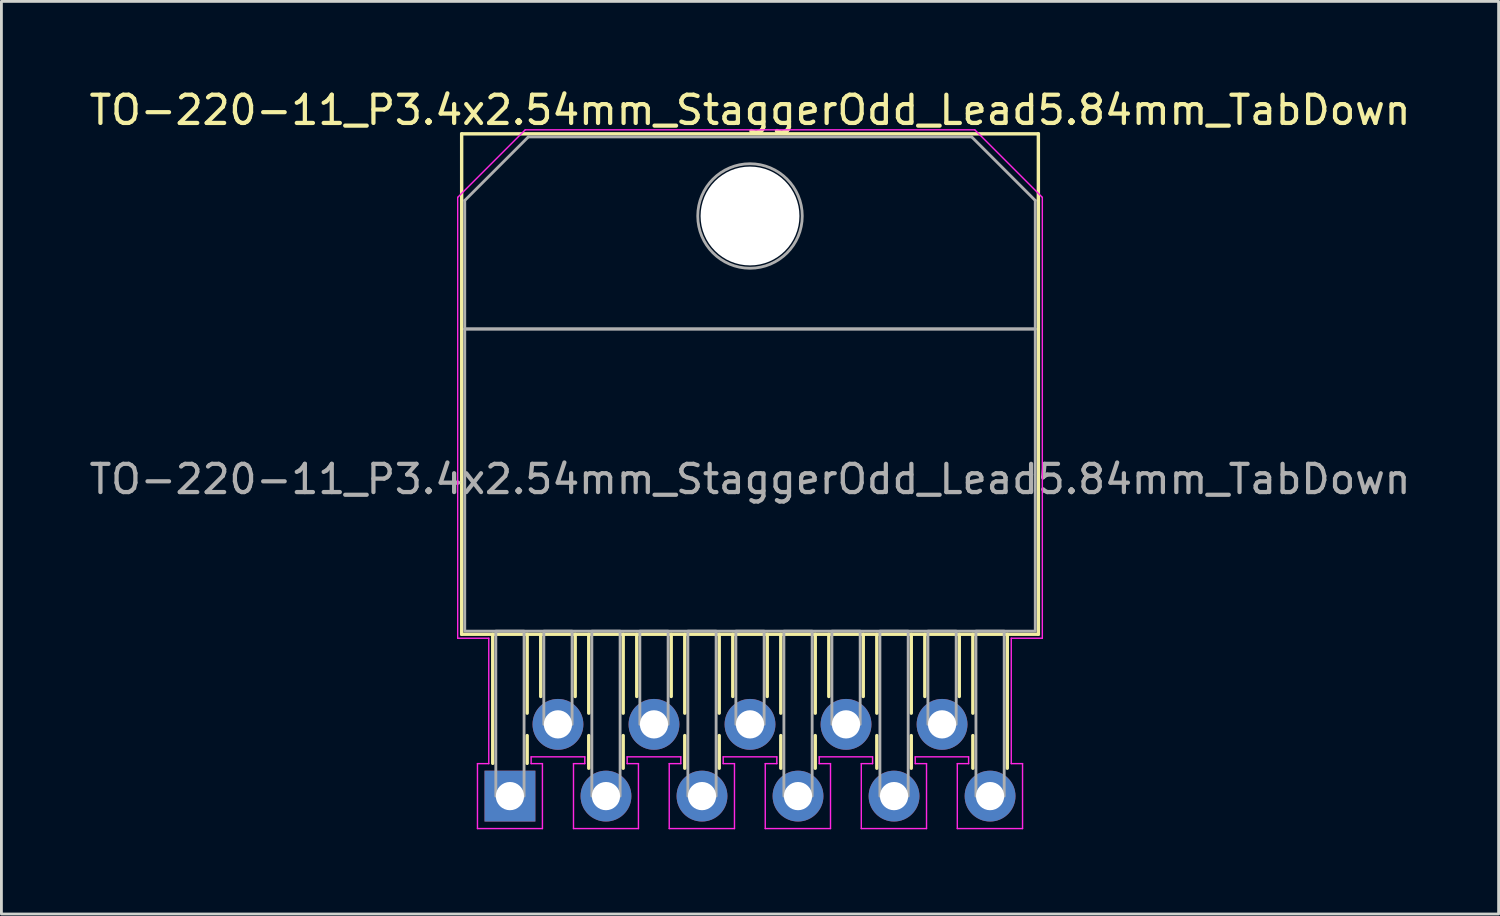
<source format=kicad_pcb>
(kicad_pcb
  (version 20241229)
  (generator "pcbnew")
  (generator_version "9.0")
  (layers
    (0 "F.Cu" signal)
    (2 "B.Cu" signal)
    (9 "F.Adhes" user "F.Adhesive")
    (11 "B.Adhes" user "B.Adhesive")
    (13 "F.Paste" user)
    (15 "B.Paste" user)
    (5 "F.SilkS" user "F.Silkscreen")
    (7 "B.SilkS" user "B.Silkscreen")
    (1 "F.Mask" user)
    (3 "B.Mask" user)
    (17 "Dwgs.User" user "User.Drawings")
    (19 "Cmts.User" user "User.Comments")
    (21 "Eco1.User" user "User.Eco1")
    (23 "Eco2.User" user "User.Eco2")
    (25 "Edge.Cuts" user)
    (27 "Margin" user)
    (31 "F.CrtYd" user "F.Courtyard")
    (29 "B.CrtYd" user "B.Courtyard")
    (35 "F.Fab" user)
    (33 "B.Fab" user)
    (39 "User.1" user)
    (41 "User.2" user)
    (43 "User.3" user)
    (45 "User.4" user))
  (footprint "TO-220-11_P3.4x2.54mm_StaggerOdd_Lead5.84mm_TabDown"
    (layer "F.Cu")
    (at 15.006 25.138)
    (property "Reference" "TO-220-11_P3.4x2.54mm_StaggerOdd_Lead5.84mm_TabDown" (at 8.5 -24.29 0) (layer "F.SilkS") (effects (font (size 1 1) (thickness 0.15))))
    (attr through_hole)
    (fp_line (start -1.71 -23.45) (end 18.71 -23.45) (stroke (width 0.12) (type solid)) (layer "F.SilkS"))
    (fp_line (start -1.71 -5.73) (end -1.71 -23.45) (stroke (width 0.12) (type solid)) (layer "F.SilkS"))
    (fp_line (start -1.71 -5.73) (end 18.71 -5.73) (stroke (width 0.12) (type solid)) (layer "F.SilkS"))
    (fp_line (start -0.61 -5.73) (end -0.61 -1.16) (stroke (width 0.12) (type solid)) (layer "F.SilkS"))
    (fp_line (start 0.61 -5.73) (end 0.61 -2.937) (stroke (width 0.12) (type solid)) (layer "F.SilkS"))
    (fp_line (start 0.61 -2.143) (end 0.61 -1.16) (stroke (width 0.12) (type solid)) (layer "F.SilkS"))
    (fp_line (start 1.09 -5.73) (end 1.09 -3.527) (stroke (width 0.12) (type solid)) (layer "F.SilkS"))
    (fp_line (start 2.31 -5.73) (end 2.31 -3.527) (stroke (width 0.12) (type solid)) (layer "F.SilkS"))
    (fp_line (start 2.79 -5.73) (end 2.79 -2.937) (stroke (width 0.12) (type solid)) (layer "F.SilkS"))
    (fp_line (start 2.79 -2.143) (end 2.79 -0.987) (stroke (width 0.12) (type solid)) (layer "F.SilkS"))
    (fp_line (start 4.01 -5.73) (end 4.01 -2.937) (stroke (width 0.12) (type solid)) (layer "F.SilkS"))
    (fp_line (start 4.01 -2.143) (end 4.01 -0.987) (stroke (width 0.12) (type solid)) (layer "F.SilkS"))
    (fp_line (start 4.49 -5.73) (end 4.49 -3.527) (stroke (width 0.12) (type solid)) (layer "F.SilkS"))
    (fp_line (start 5.71 -5.73) (end 5.71 -3.527) (stroke (width 0.12) (type solid)) (layer "F.SilkS"))
    (fp_line (start 6.19 -5.73) (end 6.19 -2.937) (stroke (width 0.12) (type solid)) (layer "F.SilkS"))
    (fp_line (start 6.19 -2.143) (end 6.19 -0.987) (stroke (width 0.12) (type solid)) (layer "F.SilkS"))
    (fp_line (start 7.41 -5.73) (end 7.41 -2.937) (stroke (width 0.12) (type solid)) (layer "F.SilkS"))
    (fp_line (start 7.41 -2.143) (end 7.41 -0.987) (stroke (width 0.12) (type solid)) (layer "F.SilkS"))
    (fp_line (start 7.89 -5.73) (end 7.89 -3.527) (stroke (width 0.12) (type solid)) (layer "F.SilkS"))
    (fp_line (start 9.11 -5.73) (end 9.11 -3.527) (stroke (width 0.12) (type solid)) (layer "F.SilkS"))
    (fp_line (start 9.59 -5.73) (end 9.59 -2.937) (stroke (width 0.12) (type solid)) (layer "F.SilkS"))
    (fp_line (start 9.59 -2.143) (end 9.59 -0.987) (stroke (width 0.12) (type solid)) (layer "F.SilkS"))
    (fp_line (start 10.81 -5.73) (end 10.81 -2.937) (stroke (width 0.12) (type solid)) (layer "F.SilkS"))
    (fp_line (start 10.81 -2.143) (end 10.81 -0.987) (stroke (width 0.12) (type solid)) (layer "F.SilkS"))
    (fp_line (start 11.29 -5.73) (end 11.29 -3.527) (stroke (width 0.12) (type solid)) (layer "F.SilkS"))
    (fp_line (start 12.51 -5.73) (end 12.51 -3.527) (stroke (width 0.12) (type solid)) (layer "F.SilkS"))
    (fp_line (start 12.99 -5.73) (end 12.99 -2.937) (stroke (width 0.12) (type solid)) (layer "F.SilkS"))
    (fp_line (start 12.99 -2.143) (end 12.99 -0.987) (stroke (width 0.12) (type solid)) (layer "F.SilkS"))
    (fp_line (start 14.21 -5.73) (end 14.21 -2.937) (stroke (width 0.12) (type solid)) (layer "F.SilkS"))
    (fp_line (start 14.21 -2.143) (end 14.21 -0.987) (stroke (width 0.12) (type solid)) (layer "F.SilkS"))
    (fp_line (start 14.69 -5.73) (end 14.69 -3.527) (stroke (width 0.12) (type solid)) (layer "F.SilkS"))
    (fp_line (start 15.91 -5.73) (end 15.91 -3.527) (stroke (width 0.12) (type solid)) (layer "F.SilkS"))
    (fp_line (start 16.39 -5.73) (end 16.39 -2.937) (stroke (width 0.12) (type solid)) (layer "F.SilkS"))
    (fp_line (start 16.39 -2.143) (end 16.39 -0.987) (stroke (width 0.12) (type solid)) (layer "F.SilkS"))
    (fp_line (start 17.61 -5.73) (end 17.61 -0.987) (stroke (width 0.12) (type solid)) (layer "F.SilkS"))
    (fp_line (start 18.71 -5.73) (end 18.71 -23.45) (stroke (width 0.12) (type solid)) (layer "F.SilkS"))
    (fp_line (start -1.85 -21.2) (end 0.54 -23.59) (stroke (width 0.05) (type solid)) (layer "F.CrtYd"))
    (fp_line (start -1.85 -5.59) (end -1.85 -21.2) (stroke (width 0.05) (type solid)) (layer "F.CrtYd"))
    (fp_line (start -1.15 -1.15) (end -0.75 -1.15) (stroke (width 0.05) (type solid)) (layer "F.CrtYd"))
    (fp_line (start -1.15 1.15) (end -1.15 -1.15) (stroke (width 0.05) (type solid)) (layer "F.CrtYd"))
    (fp_line (start -0.75 -5.59) (end -1.85 -5.59) (stroke (width 0.05) (type solid)) (layer "F.CrtYd"))
    (fp_line (start -0.75 -1.15) (end -0.75 -5.59) (stroke (width 0.05) (type solid)) (layer "F.CrtYd"))
    (fp_line (start 0.54 -23.59) (end 16.46 -23.59) (stroke (width 0.05) (type solid)) (layer "F.CrtYd"))
    (fp_line (start 0.75 -1.39) (end 0.75 -1.15) (stroke (width 0.05) (type solid)) (layer "F.CrtYd"))
    (fp_line (start 0.75 -1.15) (end 1.15 -1.15) (stroke (width 0.05) (type solid)) (layer "F.CrtYd"))
    (fp_line (start 1.15 -1.15) (end 1.15 1.15) (stroke (width 0.05) (type solid)) (layer "F.CrtYd"))
    (fp_line (start 1.15 1.15) (end -1.15 1.15) (stroke (width 0.05) (type solid)) (layer "F.CrtYd"))
    (fp_line (start 2.25 -1.15) (end 2.65 -1.15) (stroke (width 0.05) (type solid)) (layer "F.CrtYd"))
    (fp_line (start 2.25 1.15) (end 2.25 -1.15) (stroke (width 0.05) (type solid)) (layer "F.CrtYd"))
    (fp_line (start 2.65 -1.39) (end 0.75 -1.39) (stroke (width 0.05) (type solid)) (layer "F.CrtYd"))
    (fp_line (start 2.65 -1.15) (end 2.65 -1.39) (stroke (width 0.05) (type solid)) (layer "F.CrtYd"))
    (fp_line (start 4.15 -1.39) (end 4.15 -1.15) (stroke (width 0.05) (type solid)) (layer "F.CrtYd"))
    (fp_line (start 4.15 -1.15) (end 4.55 -1.15) (stroke (width 0.05) (type solid)) (layer "F.CrtYd"))
    (fp_line (start 4.55 -1.15) (end 4.55 1.15) (stroke (width 0.05) (type solid)) (layer "F.CrtYd"))
    (fp_line (start 4.55 1.15) (end 2.25 1.15) (stroke (width 0.05) (type solid)) (layer "F.CrtYd"))
    (fp_line (start 5.64 -1.15) (end 6.05 -1.15) (stroke (width 0.05) (type solid)) (layer "F.CrtYd"))
    (fp_line (start 5.64 1.15) (end 5.64 -1.15) (stroke (width 0.05) (type solid)) (layer "F.CrtYd"))
    (fp_line (start 6.05 -1.39) (end 4.15 -1.39) (stroke (width 0.05) (type solid)) (layer "F.CrtYd"))
    (fp_line (start 6.05 -1.15) (end 6.05 -1.39) (stroke (width 0.05) (type solid)) (layer "F.CrtYd"))
    (fp_line (start 7.55 -1.39) (end 7.55 -1.15) (stroke (width 0.05) (type solid)) (layer "F.CrtYd"))
    (fp_line (start 7.55 -1.15) (end 7.95 -1.15) (stroke (width 0.05) (type solid)) (layer "F.CrtYd"))
    (fp_line (start 7.95 -1.15) (end 7.95 1.15) (stroke (width 0.05) (type solid)) (layer "F.CrtYd"))
    (fp_line (start 7.95 1.15) (end 5.64 1.15) (stroke (width 0.05) (type solid)) (layer "F.CrtYd"))
    (fp_line (start 9.04 -1.15) (end 9.45 -1.15) (stroke (width 0.05) (type solid)) (layer "F.CrtYd"))
    (fp_line (start 9.04 1.15) (end 9.04 -1.15) (stroke (width 0.05) (type solid)) (layer "F.CrtYd"))
    (fp_line (start 9.45 -1.39) (end 7.55 -1.39) (stroke (width 0.05) (type solid)) (layer "F.CrtYd"))
    (fp_line (start 9.45 -1.15) (end 9.45 -1.39) (stroke (width 0.05) (type solid)) (layer "F.CrtYd"))
    (fp_line (start 10.95 -1.39) (end 10.95 -1.15) (stroke (width 0.05) (type solid)) (layer "F.CrtYd"))
    (fp_line (start 10.95 -1.15) (end 11.35 -1.15) (stroke (width 0.05) (type solid)) (layer "F.CrtYd"))
    (fp_line (start 11.35 -1.15) (end 11.35 1.15) (stroke (width 0.05) (type solid)) (layer "F.CrtYd"))
    (fp_line (start 11.35 1.15) (end 9.04 1.15) (stroke (width 0.05) (type solid)) (layer "F.CrtYd"))
    (fp_line (start 12.44 -1.15) (end 12.84 -1.15) (stroke (width 0.05) (type solid)) (layer "F.CrtYd"))
    (fp_line (start 12.44 1.15) (end 12.44 -1.15) (stroke (width 0.05) (type solid)) (layer "F.CrtYd"))
    (fp_line (start 12.84 -1.39) (end 10.95 -1.39) (stroke (width 0.05) (type solid)) (layer "F.CrtYd"))
    (fp_line (start 12.84 -1.15) (end 12.84 -1.39) (stroke (width 0.05) (type solid)) (layer "F.CrtYd"))
    (fp_line (start 14.35 -1.39) (end 14.35 -1.15) (stroke (width 0.05) (type solid)) (layer "F.CrtYd"))
    (fp_line (start 14.35 -1.15) (end 14.75 -1.15) (stroke (width 0.05) (type solid)) (layer "F.CrtYd"))
    (fp_line (start 14.75 -1.15) (end 14.75 1.15) (stroke (width 0.05) (type solid)) (layer "F.CrtYd"))
    (fp_line (start 14.75 1.15) (end 12.44 1.15) (stroke (width 0.05) (type solid)) (layer "F.CrtYd"))
    (fp_line (start 15.84 -1.15) (end 16.24 -1.15) (stroke (width 0.05) (type solid)) (layer "F.CrtYd"))
    (fp_line (start 15.84 1.15) (end 15.84 -1.15) (stroke (width 0.05) (type solid)) (layer "F.CrtYd"))
    (fp_line (start 16.24 -1.39) (end 14.35 -1.39) (stroke (width 0.05) (type solid)) (layer "F.CrtYd"))
    (fp_line (start 16.24 -1.15) (end 16.24 -1.39) (stroke (width 0.05) (type solid)) (layer "F.CrtYd"))
    (fp_line (start 16.46 -23.59) (end 18.85 -21.2) (stroke (width 0.05) (type solid)) (layer "F.CrtYd"))
    (fp_line (start 17.75 -5.59) (end 17.75 -1.15) (stroke (width 0.05) (type solid)) (layer "F.CrtYd"))
    (fp_line (start 17.75 -1.15) (end 18.15 -1.15) (stroke (width 0.05) (type solid)) (layer "F.CrtYd"))
    (fp_line (start 18.15 -1.15) (end 18.15 1.15) (stroke (width 0.05) (type solid)) (layer "F.CrtYd"))
    (fp_line (start 18.15 1.15) (end 15.84 1.15) (stroke (width 0.05) (type solid)) (layer "F.CrtYd"))
    (fp_line (start 18.85 -21.2) (end 18.85 -5.59) (stroke (width 0.05) (type solid)) (layer "F.CrtYd"))
    (fp_line (start 18.85 -5.59) (end 17.75 -5.59) (stroke (width 0.05) (type solid)) (layer "F.CrtYd"))
    (fp_line (start -1.6 -21.09) (end 0.65 -23.34) (stroke (width 0.1) (type solid)) (layer "F.Fab"))
    (fp_line (start -1.6 -16.54) (end -1.6 -21.09) (stroke (width 0.1) (type solid)) (layer "F.Fab"))
    (fp_line (start 0.65 -23.34) (end 16.35 -23.34) (stroke (width 0.1) (type solid)) (layer "F.Fab"))
    (fp_line (start 16.35 -23.34) (end 18.6 -21.09) (stroke (width 0.1) (type solid)) (layer "F.Fab"))
    (fp_line (start 18.6 -21.09) (end 18.6 -16.54) (stroke (width 0.1) (type solid)) (layer "F.Fab"))
    (fp_line (start 18.6 -16.54) (end -1.6 -16.54) (stroke (width 0.1) (type solid)) (layer "F.Fab"))
    (fp_rect (start -1.6 -16.54) (end 18.6 -5.84) (stroke (width 0.1) (type solid)) (fill no) (layer "F.Fab"))
    (fp_rect (start -0.5 -5.84) (end 0.5 0) (stroke (width 0.1) (type solid)) (fill no) (layer "F.Fab"))
    (fp_rect (start 1.2 -5.84) (end 2.2 -2.54) (stroke (width 0.1) (type solid)) (fill no) (layer "F.Fab"))
    (fp_rect (start 2.9 -5.84) (end 3.9 0) (stroke (width 0.1) (type solid)) (fill no) (layer "F.Fab"))
    (fp_rect (start 4.6 -5.84) (end 5.6 -2.54) (stroke (width 0.1) (type solid)) (fill no) (layer "F.Fab"))
    (fp_rect (start 6.3 -5.84) (end 7.3 0) (stroke (width 0.1) (type solid)) (fill no) (layer "F.Fab"))
    (fp_rect (start 8 -5.84) (end 9 -2.54) (stroke (width 0.1) (type solid)) (fill no) (layer "F.Fab"))
    (fp_rect (start 9.7 -5.84) (end 10.7 0) (stroke (width 0.1) (type solid)) (fill no) (layer "F.Fab"))
    (fp_rect (start 11.4 -5.84) (end 12.4 -2.54) (stroke (width 0.1) (type solid)) (fill no) (layer "F.Fab"))
    (fp_rect (start 13.1 -5.84) (end 14.1 0) (stroke (width 0.1) (type solid)) (fill no) (layer "F.Fab"))
    (fp_rect (start 14.8 -5.84) (end 15.8 -2.54) (stroke (width 0.1) (type solid)) (fill no) (layer "F.Fab"))
    (fp_rect (start 16.5 -5.84) (end 17.5 0) (stroke (width 0.1) (type solid)) (fill no) (layer "F.Fab"))
    (fp_circle (center 8.5 -20.54) (end 10.35 -20.54) (stroke (width 0.1) (type solid)) (fill no) (layer "F.Fab"))
    (fp_text user "${REFERENCE}" (at 8.5 -11.22 0) (layer "F.Fab") (effects (font (size 1 1) (thickness 0.15))))
    (pad "" np_thru_hole circle (at 8.5 -20.54) (size 3.5 3.5) (drill 3.5) (layers "*.Cu" "*.Mask"))
    (pad "1" thru_hole rect (at 0 0) (size 1.8 1.8) (drill 1) (layers "*.Cu" "*.Mask"))
    (pad "2" thru_hole circle (at 1.7 -2.54) (size 1.8 1.8) (drill 1) (layers "*.Cu" "*.Mask"))
    (pad "3" thru_hole circle (at 3.4 0) (size 1.8 1.8) (drill 1) (layers "*.Cu" "*.Mask"))
    (pad "4" thru_hole circle (at 5.1 -2.54) (size 1.8 1.8) (drill 1) (layers "*.Cu" "*.Mask"))
    (pad "5" thru_hole circle (at 6.8 0) (size 1.8 1.8) (drill 1) (layers "*.Cu" "*.Mask"))
    (pad "6" thru_hole circle (at 8.5 -2.54) (size 1.8 1.8) (drill 1) (layers "*.Cu" "*.Mask"))
    (pad "7" thru_hole circle (at 10.2 0) (size 1.8 1.8) (drill 1) (layers "*.Cu" "*.Mask"))
    (pad "8" thru_hole circle (at 11.9 -2.54) (size 1.8 1.8) (drill 1) (layers "*.Cu" "*.Mask"))
    (pad "9" thru_hole circle (at 13.6 0) (size 1.8 1.8) (drill 1) (layers "*.Cu" "*.Mask"))
    (pad "10" thru_hole circle (at 15.3 -2.54) (size 1.8 1.8) (drill 1) (layers "*.Cu" "*.Mask"))
    (pad "11" thru_hole circle (at 17 0) (size 1.8 1.8) (drill 1) (layers "*.Cu" "*.Mask")))
  (gr_rect
    (start -3 -3)
    (end 50.012 29.313)
    (stroke (width 0.1) (type default))
    (fill no)
    (layer "Edge.Cuts")))
</source>
